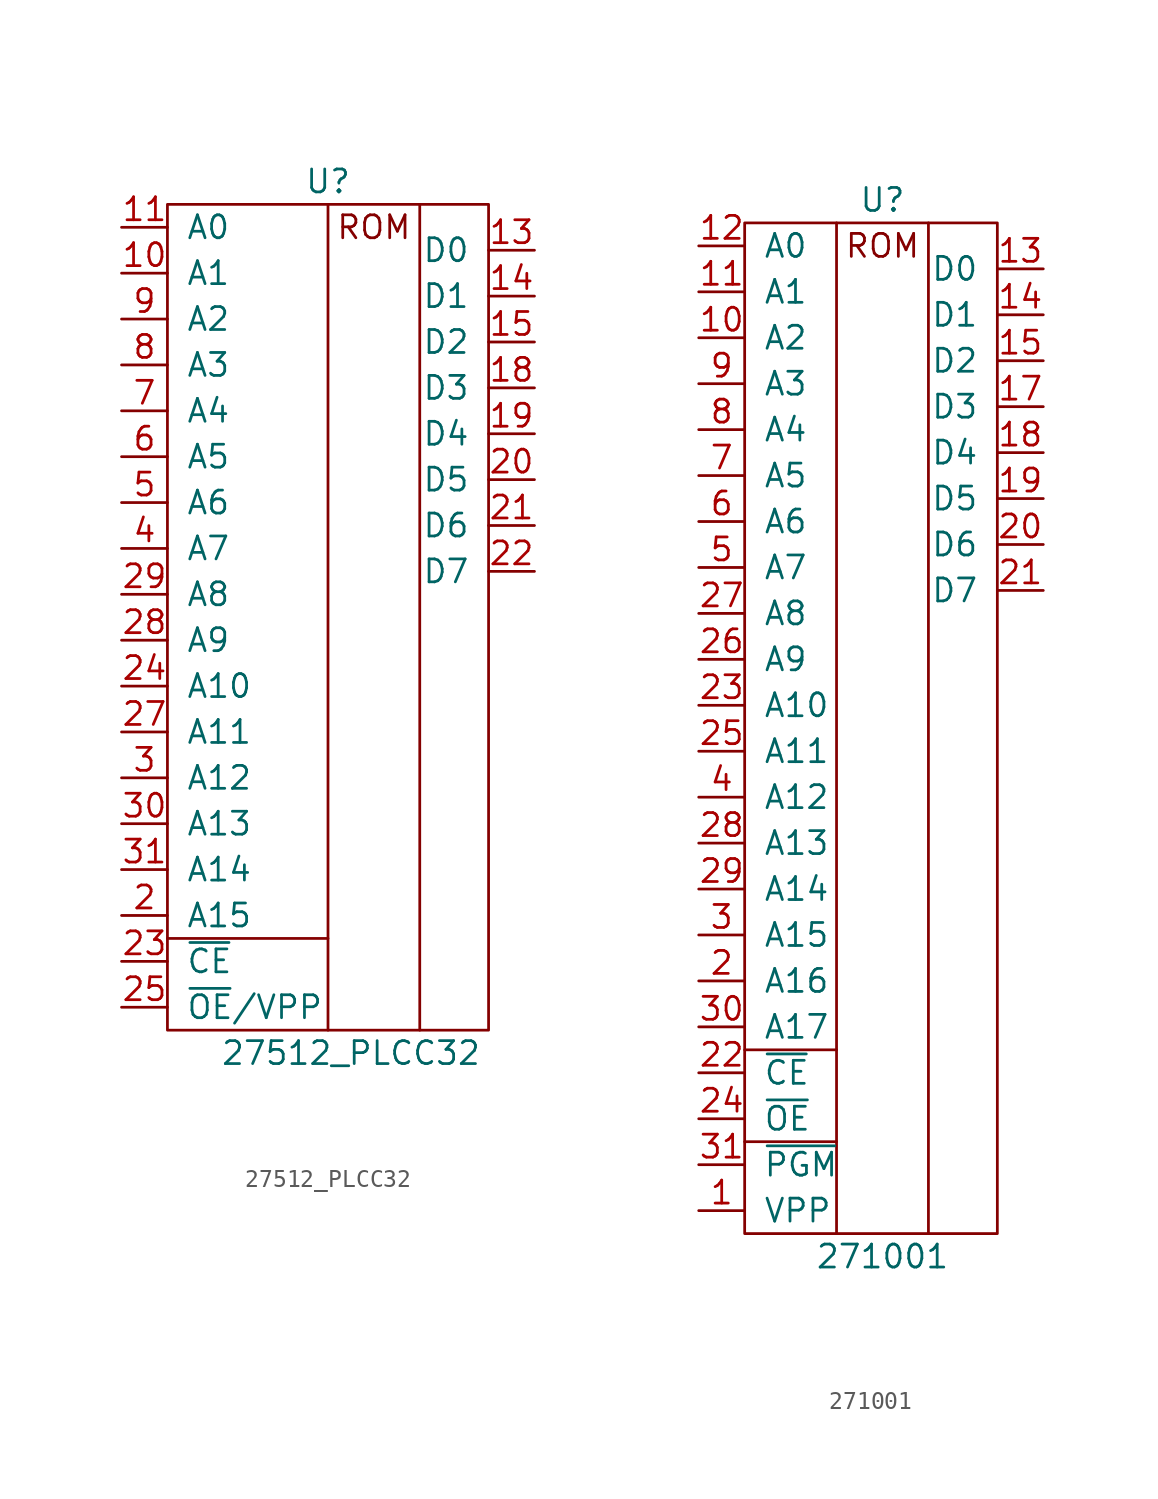
<source format=kicad_sym>
(kicad_symbol_lib
  (version 20211014)
  (generator kicad_symbol_editor)
  (symbol "27512_PLCC32"
    (pin_names
      (offset 1.016))
    (property "Reference" "U"
      (at 0 24.13 0)
      (effects (font (size 1.27 1.27))))
    (property "Value" "27512_PLCC32"
      (at 1.27 -24.13 0)
      (effects (font (size 1.27 1.27))))
    (symbol "27512_PLCC32_0_0"
      (text "ROM" (at 2.54 21.59 0) (effects (font (size 1.27 1.27)))))
    (symbol "27512_PLCC32_0_1"
      (rectangle (start -8.89 22.86) (end 8.89 -22.86) (stroke (width 0) (type default) (color 0 0 0 0)) (fill (type none)))
      (polyline (pts (xy -8.89 -17.78) (xy 0 -17.78)) (stroke (width 0) (type default) (color 0 0 0 0)) (fill (type none)))
      (polyline (pts (xy 0 -22.86) (xy 0 22.86)) (stroke (width 0) (type default) (color 0 0 0 0)) (fill (type none)))
      (polyline (pts (xy 5.08 22.86) (xy 5.08 -22.86)) (stroke (width 0) (type default) (color 0 0 0 0)) (fill (type none)))
      (pin power_in line (at 8.89 -22.86 180) (length 0) hide (name "GND" (effects (font (size 1.27 1.27)))) (number "16" (effects (font (size 1.27 1.27)))))
      (pin power_in line (at 8.89 22.86 180) (length 0) hide (name "VCC" (effects (font (size 1.27 1.27)))) (number "32" (effects (font (size 1.27 1.27))))))
    (symbol "27512_PLCC32_1_1"
      (pin no_connect line (at 8.89 -3.81 180) (length 0) hide (name "DU" (effects (font (size 1.27 1.27)))) (number "1" (effects (font (size 1.27 1.27)))))
      (pin input line (at -11.43 19.05 0) (length 2.54) (name "A1" (effects (font (size 1.27 1.27)))) (number "10" (effects (font (size 1.27 1.27)))))
      (pin input line (at -11.43 21.59 0) (length 2.54) (name "A0" (effects (font (size 1.27 1.27)))) (number "11" (effects (font (size 1.27 1.27)))))
      (pin no_connect line (at 8.89 -6.35 180) (length 0) hide (name "NC" (effects (font (size 1.27 1.27)))) (number "12" (effects (font (size 1.27 1.27)))))
      (pin output line (at 11.43 20.32 180) (length 2.54) (name "D0" (effects (font (size 1.27 1.27)))) (number "13" (effects (font (size 1.27 1.27)))))
      (pin output line (at 11.43 17.78 180) (length 2.54) (name "D1" (effects (font (size 1.27 1.27)))) (number "14" (effects (font (size 1.27 1.27)))))
      (pin output line (at 11.43 15.24 180) (length 2.54) (name "D2" (effects (font (size 1.27 1.27)))) (number "15" (effects (font (size 1.27 1.27)))))
      (pin unspecified line (at 8.89 -8.89 180) (length 0) hide (name "DU" (effects (font (size 1.27 1.27)))) (number "17" (effects (font (size 1.27 1.27)))))
      (pin output line (at 11.43 12.7 180) (length 2.54) (name "D3" (effects (font (size 1.27 1.27)))) (number "18" (effects (font (size 1.27 1.27)))))
      (pin output line (at 11.43 10.16 180) (length 2.54) (name "D4" (effects (font (size 1.27 1.27)))) (number "19" (effects (font (size 1.27 1.27)))))
      (pin input line (at -11.43 -16.51 0) (length 2.54) (name "A15" (effects (font (size 1.27 1.27)))) (number "2" (effects (font (size 1.27 1.27)))))
      (pin output line (at 11.43 7.62 180) (length 2.54) (name "D5" (effects (font (size 1.27 1.27)))) (number "20" (effects (font (size 1.27 1.27)))))
      (pin output line (at 11.43 5.08 180) (length 2.54) (name "D6" (effects (font (size 1.27 1.27)))) (number "21" (effects (font (size 1.27 1.27)))))
      (pin output line (at 11.43 2.54 180) (length 2.54) (name "D7" (effects (font (size 1.27 1.27)))) (number "22" (effects (font (size 1.27 1.27)))))
      (pin input line (at -11.43 -19.05 0) (length 2.54) (name "~{CE}" (effects (font (size 1.27 1.27)))) (number "23" (effects (font (size 1.27 1.27)))))
      (pin input line (at -11.43 -3.81 0) (length 2.54) (name "A10" (effects (font (size 1.27 1.27)))) (number "24" (effects (font (size 1.27 1.27)))))
      (pin input line (at -11.43 -21.59 0) (length 2.54) (name "~{OE}/VPP" (effects (font (size 1.27 1.27)))) (number "25" (effects (font (size 1.27 1.27)))))
      (pin no_connect line (at 8.89 -11.43 180) (length 0) hide (name "DU" (effects (font (size 1.27 1.27)))) (number "26" (effects (font (size 1.27 1.27)))))
      (pin input line (at -11.43 -6.35 0) (length 2.54) (name "A11" (effects (font (size 1.27 1.27)))) (number "27" (effects (font (size 1.27 1.27)))))
      (pin input line (at -11.43 -1.27 0) (length 2.54) (name "A9" (effects (font (size 1.27 1.27)))) (number "28" (effects (font (size 1.27 1.27)))))
      (pin input line (at -11.43 1.27 0) (length 2.54) (name "A8" (effects (font (size 1.27 1.27)))) (number "29" (effects (font (size 1.27 1.27)))))
      (pin input line (at -11.43 -8.89 0) (length 2.54) (name "A12" (effects (font (size 1.27 1.27)))) (number "3" (effects (font (size 1.27 1.27)))))
      (pin input line (at -11.43 -11.43 0) (length 2.54) (name "A13" (effects (font (size 1.27 1.27)))) (number "30" (effects (font (size 1.27 1.27)))))
      (pin input line (at -11.43 -13.97 0) (length 2.54) (name "A14" (effects (font (size 1.27 1.27)))) (number "31" (effects (font (size 1.27 1.27)))))
      (pin input line (at -11.43 3.81 0) (length 2.54) (name "A7" (effects (font (size 1.27 1.27)))) (number "4" (effects (font (size 1.27 1.27)))))
      (pin input line (at -11.43 6.35 0) (length 2.54) (name "A6" (effects (font (size 1.27 1.27)))) (number "5" (effects (font (size 1.27 1.27)))))
      (pin input line (at -11.43 8.89 0) (length 2.54) (name "A5" (effects (font (size 1.27 1.27)))) (number "6" (effects (font (size 1.27 1.27)))))
      (pin input line (at -11.43 11.43 0) (length 2.54) (name "A4" (effects (font (size 1.27 1.27)))) (number "7" (effects (font (size 1.27 1.27)))))
      (pin input line (at -11.43 13.97 0) (length 2.54) (name "A3" (effects (font (size 1.27 1.27)))) (number "8" (effects (font (size 1.27 1.27)))))
      (pin input line (at -11.43 16.51 0) (length 2.54) (name "A2" (effects (font (size 1.27 1.27)))) (number "9" (effects (font (size 1.27 1.27)))))))
  (symbol "271001"
    (pin_names
      (offset 1.016))
    (property "Reference" "U"
      (at 0 29.21 0)
      (effects (font (size 1.27 1.27))))
    (property "Value" "271001"
      (at 0 -29.21 0)
      (effects (font (size 1.27 1.27))))
    (symbol "271001_0_1"
      (polyline (pts (xy -7.62 -22.86) (xy -2.54 -22.86)) (stroke (width 0) (type default) (color 0 0 0 0)) (fill (type none)))
      (polyline (pts (xy -7.62 -17.78) (xy -2.54 -17.78)) (stroke (width 0) (type default) (color 0 0 0 0)) (fill (type none))))
    (symbol "271001_1_1"
      (rectangle (start -7.62 27.94) (end 6.35 -27.94) (stroke (width 0) (type default) (color 0 0 0 0)) (fill (type none)))
      (polyline (pts (xy -2.54 -27.94) (xy -2.54 27.94)) (stroke (width 0) (type default) (color 0 0 0 0)) (fill (type none)))
      (polyline (pts (xy 2.54 27.94) (xy 2.54 -27.94)) (stroke (width 0) (type default) (color 0 0 0 0)) (fill (type none)))
      (text "ROM" (at 0 26.67 0) (effects (font (size 1.27 1.27))))
      (pin input line (at -10.16 -26.67 0) (length 2.54) (name "VPP" (effects (font (size 1.27 1.27)))) (number "1" (effects (font (size 1.27 1.27)))))
      (pin input line (at -10.16 21.59 0) (length 2.54) (name "A2" (effects (font (size 1.27 1.27)))) (number "10" (effects (font (size 1.27 1.27)))))
      (pin input line (at -10.16 24.13 0) (length 2.54) (name "A1" (effects (font (size 1.27 1.27)))) (number "11" (effects (font (size 1.27 1.27)))))
      (pin input line (at -10.16 26.67 0) (length 2.54) (name "A0" (effects (font (size 1.27 1.27)))) (number "12" (effects (font (size 1.27 1.27)))))
      (pin output line (at 8.89 25.4 180) (length 2.54) (name "D0" (effects (font (size 1.27 1.27)))) (number "13" (effects (font (size 1.27 1.27)))))
      (pin output line (at 8.89 22.86 180) (length 2.54) (name "D1" (effects (font (size 1.27 1.27)))) (number "14" (effects (font (size 1.27 1.27)))))
      (pin output line (at 8.89 20.32 180) (length 2.54) (name "D2" (effects (font (size 1.27 1.27)))) (number "15" (effects (font (size 1.27 1.27)))))
      (pin power_in line (at 6.35 -27.94 180) (length 0) hide (name "GND" (effects (font (size 1.27 1.27)))) (number "16" (effects (font (size 1.27 1.27)))))
      (pin output line (at 8.89 17.78 180) (length 2.54) (name "D3" (effects (font (size 1.27 1.27)))) (number "17" (effects (font (size 1.27 1.27)))))
      (pin output line (at 8.89 15.24 180) (length 2.54) (name "D4" (effects (font (size 1.27 1.27)))) (number "18" (effects (font (size 1.27 1.27)))))
      (pin output line (at 8.89 12.7 180) (length 2.54) (name "D5" (effects (font (size 1.27 1.27)))) (number "19" (effects (font (size 1.27 1.27)))))
      (pin input line (at -10.16 -13.97 0) (length 2.54) (name "A16" (effects (font (size 1.27 1.27)))) (number "2" (effects (font (size 1.27 1.27)))))
      (pin output line (at 8.89 10.16 180) (length 2.54) (name "D6" (effects (font (size 1.27 1.27)))) (number "20" (effects (font (size 1.27 1.27)))))
      (pin output line (at 8.89 7.62 180) (length 2.54) (name "D7" (effects (font (size 1.27 1.27)))) (number "21" (effects (font (size 1.27 1.27)))))
      (pin input line (at -10.16 -19.05 0) (length 2.54) (name "~{CE}" (effects (font (size 1.27 1.27)))) (number "22" (effects (font (size 1.27 1.27)))))
      (pin input line (at -10.16 1.27 0) (length 2.54) (name "A10" (effects (font (size 1.27 1.27)))) (number "23" (effects (font (size 1.27 1.27)))))
      (pin input line (at -10.16 -21.59 0) (length 2.54) (name "~{OE}" (effects (font (size 1.27 1.27)))) (number "24" (effects (font (size 1.27 1.27)))))
      (pin input line (at -10.16 -1.27 0) (length 2.54) (name "A11" (effects (font (size 1.27 1.27)))) (number "25" (effects (font (size 1.27 1.27)))))
      (pin input line (at -10.16 3.81 0) (length 2.54) (name "A9" (effects (font (size 1.27 1.27)))) (number "26" (effects (font (size 1.27 1.27)))))
      (pin input line (at -10.16 6.35 0) (length 2.54) (name "A8" (effects (font (size 1.27 1.27)))) (number "27" (effects (font (size 1.27 1.27)))))
      (pin input line (at -10.16 -6.35 0) (length 2.54) (name "A13" (effects (font (size 1.27 1.27)))) (number "28" (effects (font (size 1.27 1.27)))))
      (pin input line (at -10.16 -8.89 0) (length 2.54) (name "A14" (effects (font (size 1.27 1.27)))) (number "29" (effects (font (size 1.27 1.27)))))
      (pin input line (at -10.16 -11.43 0) (length 2.54) (name "A15" (effects (font (size 1.27 1.27)))) (number "3" (effects (font (size 1.27 1.27)))))
      (pin input line (at -10.16 -16.51 0) (length 2.54) (name "A17" (effects (font (size 1.27 1.27)))) (number "30" (effects (font (size 1.27 1.27)))))
      (pin input line (at -10.16 -24.13 0) (length 2.54) (name "~{PGM}" (effects (font (size 1.27 1.27)))) (number "31" (effects (font (size 1.27 1.27)))))
      (pin power_in line (at 6.35 27.94 180) (length 0) hide (name "VCC" (effects (font (size 1.27 1.27)))) (number "32" (effects (font (size 1.27 1.27)))))
      (pin input line (at -10.16 -3.81 0) (length 2.54) (name "A12" (effects (font (size 1.27 1.27)))) (number "4" (effects (font (size 1.27 1.27)))))
      (pin input line (at -10.16 8.89 0) (length 2.54) (name "A7" (effects (font (size 1.27 1.27)))) (number "5" (effects (font (size 1.27 1.27)))))
      (pin input line (at -10.16 11.43 0) (length 2.54) (name "A6" (effects (font (size 1.27 1.27)))) (number "6" (effects (font (size 1.27 1.27)))))
      (pin input line (at -10.16 13.97 0) (length 2.54) (name "A5" (effects (font (size 1.27 1.27)))) (number "7" (effects (font (size 1.27 1.27)))))
      (pin input line (at -10.16 16.51 0) (length 2.54) (name "A4" (effects (font (size 1.27 1.27)))) (number "8" (effects (font (size 1.27 1.27)))))
      (pin input line (at -10.16 19.05 0) (length 2.54) (name "A3" (effects (font (size 1.27 1.27)))) (number "9" (effects (font (size 1.27 1.27))))))))
</source>
